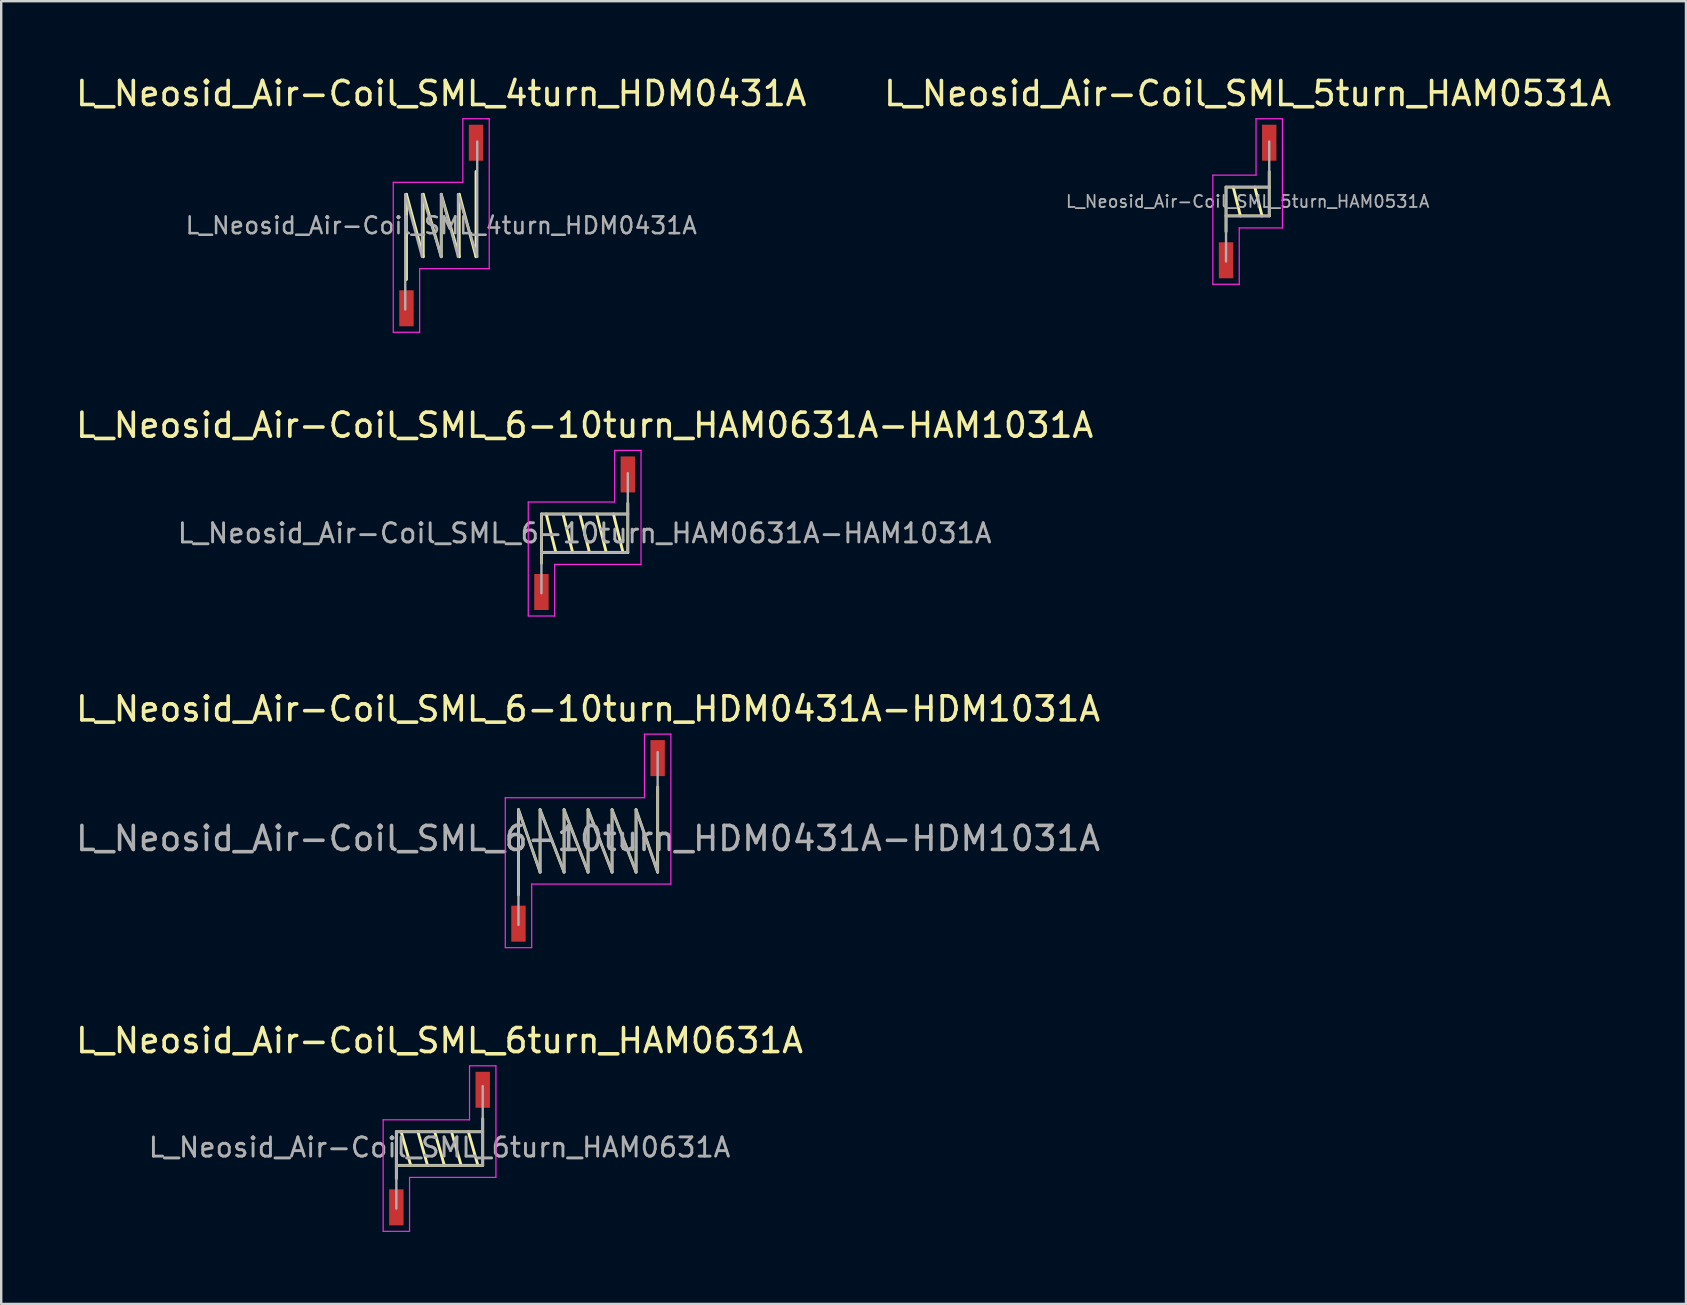
<source format=kicad_pcb>
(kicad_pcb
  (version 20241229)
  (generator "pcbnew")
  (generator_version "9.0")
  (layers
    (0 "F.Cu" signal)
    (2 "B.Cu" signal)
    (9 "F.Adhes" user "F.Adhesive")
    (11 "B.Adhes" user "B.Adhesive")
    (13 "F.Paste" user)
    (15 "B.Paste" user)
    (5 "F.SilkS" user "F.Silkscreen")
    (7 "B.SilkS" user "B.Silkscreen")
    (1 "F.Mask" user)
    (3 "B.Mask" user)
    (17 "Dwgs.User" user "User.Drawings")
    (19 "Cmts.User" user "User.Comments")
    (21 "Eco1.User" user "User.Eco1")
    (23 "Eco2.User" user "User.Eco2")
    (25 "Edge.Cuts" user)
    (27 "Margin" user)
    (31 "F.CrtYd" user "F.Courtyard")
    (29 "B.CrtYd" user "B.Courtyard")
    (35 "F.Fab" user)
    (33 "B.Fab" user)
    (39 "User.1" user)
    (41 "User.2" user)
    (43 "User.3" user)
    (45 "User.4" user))
  (footprint "L_Neosid_Air-Coil_SML_4turn_HDM0431A"
    (layer "F.Cu")
    (at 15.339 6.348)
    (property "Reference" "L_Neosid_Air-Coil_SML_4turn_HDM0431A" (at 0 -5.5 0) (layer "F.SilkS") (effects (font (size 1 1) (thickness 0.15))))
    (attr smd)
    (fp_line (start -1.45 -1.3) (end -1.45 2.25) (stroke (width 0.12) (type solid)) (layer "F.SilkS"))
    (fp_line (start -1.45 -1.3) (end -0.75 1.3) (stroke (width 0.12) (type solid)) (layer "F.SilkS"))
    (fp_line (start -0.75 -1.3) (end -0.75 1.3) (stroke (width 0.12) (type solid)) (layer "F.SilkS"))
    (fp_line (start -0.75 -1.3) (end 0 1.3) (stroke (width 0.12) (type solid)) (layer "F.SilkS"))
    (fp_line (start 0 -1.3) (end 0 1.3) (stroke (width 0.12) (type solid)) (layer "F.SilkS"))
    (fp_line (start 0 -1.3) (end 0.75 1.3) (stroke (width 0.12) (type solid)) (layer "F.SilkS"))
    (fp_line (start 0.75 -1.3) (end 0.75 1.3) (stroke (width 0.12) (type solid)) (layer "F.SilkS"))
    (fp_line (start 0.75 -1.3) (end 1.45 1.3) (stroke (width 0.12) (type solid)) (layer "F.SilkS"))
    (fp_line (start 1.45 1.3) (end 1.45 -2.25) (stroke (width 0.12) (type solid)) (layer "F.SilkS"))
    (fp_line (start -2 -1.8) (end -2 4.45) (stroke (width 0.05) (type solid)) (layer "F.CrtYd"))
    (fp_line (start -2 4.45) (end -0.9 4.45) (stroke (width 0.05) (type solid)) (layer "F.CrtYd"))
    (fp_line (start -0.9 1.8) (end 2 1.8) (stroke (width 0.05) (type solid)) (layer "F.CrtYd"))
    (fp_line (start -0.9 4.45) (end -0.9 1.8) (stroke (width 0.05) (type solid)) (layer "F.CrtYd"))
    (fp_line (start 0.9 -4.45) (end 0.9 -1.8) (stroke (width 0.05) (type solid)) (layer "F.CrtYd"))
    (fp_line (start 0.9 -1.8) (end -2 -1.8) (stroke (width 0.05) (type solid)) (layer "F.CrtYd"))
    (fp_line (start 2 -4.45) (end 0.9 -4.45) (stroke (width 0.05) (type solid)) (layer "F.CrtYd"))
    (fp_line (start 2 1.8) (end 2 -4.45) (stroke (width 0.05) (type solid)) (layer "F.CrtYd"))
    (fp_line (start -1.5 -1.3) (end -0.8 1.3) (stroke (width 0.1) (type solid)) (layer "F.Fab"))
    (fp_line (start -1.5 3.5) (end -1.5 -1.3) (stroke (width 0.1) (type solid)) (layer "F.Fab"))
    (fp_line (start -0.8 -1.3) (end 0 1.3) (stroke (width 0.1) (type solid)) (layer "F.Fab"))
    (fp_line (start -0.8 1.3) (end -0.8 -1.3) (stroke (width 0.1) (type solid)) (layer "F.Fab"))
    (fp_line (start 0 -1.3) (end 0.7 1.3) (stroke (width 0.1) (type solid)) (layer "F.Fab"))
    (fp_line (start 0 1.3) (end 0 -1.3) (stroke (width 0.1) (type solid)) (layer "F.Fab"))
    (fp_line (start 0.7 -1.3) (end 1.5 1.3) (stroke (width 0.1) (type solid)) (layer "F.Fab"))
    (fp_line (start 0.7 1.3) (end 0.7 -1.3) (stroke (width 0.1) (type solid)) (layer "F.Fab"))
    (fp_line (start 1.5 1.3) (end 1.5 -3.5) (stroke (width 0.1) (type solid)) (layer "F.Fab"))
    (fp_text user "${REFERENCE}" (at 0 0 0) (layer "F.Fab") (effects (font (size 0.7 0.7) (thickness 0.105))))
    (pad "1" smd rect (at -1.45 3.45) (size 0.6 1.5) (layers "F.Cu" "F.Mask" "F.Paste"))
    (pad "2" smd rect (at 1.45 -3.45) (size 0.6 1.5) (layers "F.Cu" "F.Mask" "F.Paste")))
  (footprint "L_Neosid_Air-Coil_SML_6-10turn_HDM0431A-HDM1031A"
    (layer "F.Cu")
    (at 21.458 31.995)
    (property "Reference" "L_Neosid_Air-Coil_SML_6-10turn_HDM0431A-HDM1031A" (at 0 -5.5 0) (layer "F.SilkS") (effects (font (size 1 1) (thickness 0.15))))
    (attr smd)
    (fp_line (start -2.9 -1.3) (end -2.9 2.25) (stroke (width 0.12) (type solid)) (layer "F.SilkS"))
    (fp_line (start -2.9 -1.3) (end -2 1.3) (stroke (width 0.12) (type solid)) (layer "F.SilkS"))
    (fp_line (start -2 -1.3) (end -2 1.3) (stroke (width 0.12) (type solid)) (layer "F.SilkS"))
    (fp_line (start -2 -1.3) (end -1 1.3) (stroke (width 0.12) (type solid)) (layer "F.SilkS"))
    (fp_line (start -1 -1.3) (end -1 1.3) (stroke (width 0.12) (type solid)) (layer "F.SilkS"))
    (fp_line (start -1 -1.3) (end 0 1.3) (stroke (width 0.12) (type solid)) (layer "F.SilkS"))
    (fp_line (start 0 -1.3) (end 0 1.3) (stroke (width 0.12) (type solid)) (layer "F.SilkS"))
    (fp_line (start 0 -1.3) (end 1 1.3) (stroke (width 0.12) (type solid)) (layer "F.SilkS"))
    (fp_line (start 1 -1.3) (end 1 1.3) (stroke (width 0.12) (type solid)) (layer "F.SilkS"))
    (fp_line (start 1 -1.3) (end 2 1.3) (stroke (width 0.12) (type solid)) (layer "F.SilkS"))
    (fp_line (start 2 -1.3) (end 2 1.3) (stroke (width 0.12) (type solid)) (layer "F.SilkS"))
    (fp_line (start 2 -1.3) (end 2.9 1.3) (stroke (width 0.12) (type solid)) (layer "F.SilkS"))
    (fp_line (start 2.9 1.3) (end 2.9 -2.25) (stroke (width 0.12) (type solid)) (layer "F.SilkS"))
    (fp_line (start -3.45 -1.8) (end -3.45 4.45) (stroke (width 0.05) (type solid)) (layer "F.CrtYd"))
    (fp_line (start -3.45 4.45) (end -2.35 4.45) (stroke (width 0.05) (type solid)) (layer "F.CrtYd"))
    (fp_line (start -2.35 1.8) (end 3.45 1.8) (stroke (width 0.05) (type solid)) (layer "F.CrtYd"))
    (fp_line (start -2.35 4.45) (end -2.35 1.8) (stroke (width 0.05) (type solid)) (layer "F.CrtYd"))
    (fp_line (start 2.35 -4.45) (end 2.35 -1.8) (stroke (width 0.05) (type solid)) (layer "F.CrtYd"))
    (fp_line (start 2.35 -1.8) (end -3.45 -1.8) (stroke (width 0.05) (type solid)) (layer "F.CrtYd"))
    (fp_line (start 3.45 -4.45) (end 2.35 -4.45) (stroke (width 0.05) (type solid)) (layer "F.CrtYd"))
    (fp_line (start 3.45 1.8) (end 3.45 -4.45) (stroke (width 0.05) (type solid)) (layer "F.CrtYd"))
    (fp_line (start -2.9 -1.3) (end -2 1.3) (stroke (width 0.1) (type solid)) (layer "F.Fab"))
    (fp_line (start -2.9 3.5) (end -2.9 -1.3) (stroke (width 0.1) (type solid)) (layer "F.Fab"))
    (fp_line (start -2 -1.3) (end -1 1.3) (stroke (width 0.1) (type solid)) (layer "F.Fab"))
    (fp_line (start -2 1.3) (end -2 -1.3) (stroke (width 0.1) (type solid)) (layer "F.Fab"))
    (fp_line (start -1 -1.3) (end 0 1.3) (stroke (width 0.1) (type solid)) (layer "F.Fab"))
    (fp_line (start -1 1.3) (end -1 -1.3) (stroke (width 0.1) (type solid)) (layer "F.Fab"))
    (fp_line (start 0 -1.3) (end 1 1.3) (stroke (width 0.1) (type solid)) (layer "F.Fab"))
    (fp_line (start 0 1.3) (end 0 -1.3) (stroke (width 0.1) (type solid)) (layer "F.Fab"))
    (fp_line (start 1 -1.3) (end 2 1.3) (stroke (width 0.1) (type solid)) (layer "F.Fab"))
    (fp_line (start 1 1.3) (end 1 -1.3) (stroke (width 0.1) (type solid)) (layer "F.Fab"))
    (fp_line (start 2 -1.3) (end 2.9 1.3) (stroke (width 0.1) (type solid)) (layer "F.Fab"))
    (fp_line (start 2 1.3) (end 2 -1.3) (stroke (width 0.1) (type solid)) (layer "F.Fab"))
    (fp_line (start 2.9 1.3) (end 2.9 -3.7) (stroke (width 0.1) (type solid)) (layer "F.Fab"))
    (fp_text user "${REFERENCE}" (at 0 -0.1 0) (layer "F.Fab") (effects (font (size 1 1) (thickness 0.15))))
    (pad "1" smd rect (at -2.9 3.45) (size 0.6 1.5) (layers "F.Cu" "F.Mask" "F.Paste"))
    (pad "2" smd rect (at 2.9 -3.45) (size 0.6 1.5) (layers "F.Cu" "F.Mask" "F.Paste")))
  (footprint "L_Neosid_Air-Coil_SML_6-10turn_HAM0631A-HAM1031A"
    (layer "F.Cu")
    (at 21.315 19.172)
    (property "Reference" "L_Neosid_Air-Coil_SML_6-10turn_HAM0631A-HAM1031A" (at 0 -4.5 0) (layer "F.SilkS") (effects (font (size 1 1) (thickness 0.15))))
    (attr smd)
    (fp_line (start -1.8 -0.8) (end -1.8 1.25) (stroke (width 0.12) (type solid)) (layer "F.SilkS"))
    (fp_line (start -1.8 -0.8) (end 1.8 -0.8) (stroke (width 0.12) (type solid)) (layer "F.SilkS"))
    (fp_line (start -1.6 -0.8) (end -1.2 0.8) (stroke (width 0.12) (type solid)) (layer "F.SilkS"))
    (fp_line (start -0.9 -0.8) (end -0.5 0.8) (stroke (width 0.12) (type solid)) (layer "F.SilkS"))
    (fp_line (start -0.2 -0.8) (end 0.2 0.8) (stroke (width 0.12) (type solid)) (layer "F.SilkS"))
    (fp_line (start 0.5 -0.8) (end 0.9 0.8) (stroke (width 0.12) (type solid)) (layer "F.SilkS"))
    (fp_line (start 1.2 -0.8) (end 1.6 0.8) (stroke (width 0.12) (type solid)) (layer "F.SilkS"))
    (fp_line (start 1.8 0.8) (end -1.8 0.8) (stroke (width 0.12) (type solid)) (layer "F.SilkS"))
    (fp_line (start 1.8 0.8) (end 1.8 -1.25) (stroke (width 0.12) (type solid)) (layer "F.SilkS"))
    (fp_line (start -2.35 -1.3) (end -2.35 3.45) (stroke (width 0.05) (type solid)) (layer "F.CrtYd"))
    (fp_line (start -2.35 3.45) (end -1.25 3.45) (stroke (width 0.05) (type solid)) (layer "F.CrtYd"))
    (fp_line (start -1.25 1.3) (end 2.35 1.3) (stroke (width 0.05) (type solid)) (layer "F.CrtYd"))
    (fp_line (start -1.25 3.45) (end -1.25 1.3) (stroke (width 0.05) (type solid)) (layer "F.CrtYd"))
    (fp_line (start 1.25 -3.45) (end 1.25 -1.3) (stroke (width 0.05) (type solid)) (layer "F.CrtYd"))
    (fp_line (start 1.25 -1.3) (end -2.35 -1.3) (stroke (width 0.05) (type solid)) (layer "F.CrtYd"))
    (fp_line (start 2.35 -3.45) (end 1.25 -3.45) (stroke (width 0.05) (type solid)) (layer "F.CrtYd"))
    (fp_line (start 2.35 1.3) (end 2.35 -3.45) (stroke (width 0.05) (type solid)) (layer "F.CrtYd"))
    (fp_line (start -1.8 -0.8) (end -1.8 2.5) (stroke (width 0.1) (type solid)) (layer "F.Fab"))
    (fp_line (start -1.8 -0.8) (end 1.8 -0.8) (stroke (width 0.1) (type solid)) (layer "F.Fab"))
    (fp_line (start 1.8 0.8) (end -1.8 0.8) (stroke (width 0.1) (type solid)) (layer "F.Fab"))
    (fp_line (start 1.8 0.8) (end 1.8 -2.5) (stroke (width 0.1) (type solid)) (layer "F.Fab"))
    (fp_text user "${REFERENCE}" (at 0 0 0) (layer "F.Fab") (effects (font (size 0.8 0.8) (thickness 0.12))))
    (pad "1" smd rect (at -1.8 2.45) (size 0.6 1.5) (layers "F.Cu" "F.Mask" "F.Paste"))
    (pad "2" smd rect (at 1.8 -2.45) (size 0.6 1.5) (layers "F.Cu" "F.Mask" "F.Paste")))
  (footprint "L_Neosid_Air-Coil_SML_5turn_HAM0531A"
    (layer "F.Cu")
    (at 48.946 5.348)
    (property "Reference" "L_Neosid_Air-Coil_SML_5turn_HAM0531A" (at 0 -4.5 0) (layer "F.SilkS") (effects (font (size 1 1) (thickness 0.15))))
    (attr smd)
    (fp_line (start -0.9 -0.6) (end 0.9 -0.6) (stroke (width 0.12) (type solid)) (layer "F.SilkS"))
    (fp_line (start -0.9 1.25) (end -0.9 -0.6) (stroke (width 0.12) (type solid)) (layer "F.SilkS"))
    (fp_line (start -0.6 -0.6) (end -0.3 0.6) (stroke (width 0.12) (type solid)) (layer "F.SilkS"))
    (fp_line (start 0.3 -0.6) (end 0.6 0.6) (stroke (width 0.12) (type solid)) (layer "F.SilkS"))
    (fp_line (start 0.9 0.6) (end -0.9 0.6) (stroke (width 0.12) (type solid)) (layer "F.SilkS"))
    (fp_line (start 0.9 0.6) (end 0.9 -1.25) (stroke (width 0.12) (type solid)) (layer "F.SilkS"))
    (fp_line (start -1.45 -1.1) (end -1.45 3.45) (stroke (width 0.05) (type solid)) (layer "F.CrtYd"))
    (fp_line (start -1.45 3.45) (end -0.35 3.45) (stroke (width 0.05) (type solid)) (layer "F.CrtYd"))
    (fp_line (start -0.35 1.1) (end 1.45 1.1) (stroke (width 0.05) (type solid)) (layer "F.CrtYd"))
    (fp_line (start -0.35 3.45) (end -0.35 1.1) (stroke (width 0.05) (type solid)) (layer "F.CrtYd"))
    (fp_line (start 0.35 -3.45) (end 0.35 -1.1) (stroke (width 0.05) (type solid)) (layer "F.CrtYd"))
    (fp_line (start 0.35 -1.1) (end -1.45 -1.1) (stroke (width 0.05) (type solid)) (layer "F.CrtYd"))
    (fp_line (start 1.45 -3.45) (end 0.35 -3.45) (stroke (width 0.05) (type solid)) (layer "F.CrtYd"))
    (fp_line (start 1.45 1.1) (end 1.45 -3.45) (stroke (width 0.05) (type solid)) (layer "F.CrtYd"))
    (fp_line (start -0.9 -0.6) (end 0.9 -0.6) (stroke (width 0.1) (type solid)) (layer "F.Fab"))
    (fp_line (start -0.9 2.5) (end -0.9 -0.6) (stroke (width 0.1) (type solid)) (layer "F.Fab"))
    (fp_line (start 0.9 -2.5) (end 0.9 0.6) (stroke (width 0.1) (type solid)) (layer "F.Fab"))
    (fp_line (start 0.9 0.6) (end -0.9 0.6) (stroke (width 0.1) (type solid)) (layer "F.Fab"))
    (fp_text user "${REFERENCE}" (at 0 0 0) (layer "F.Fab") (effects (font (size 0.5 0.5) (thickness 0.075))))
    (pad "1" smd rect (at -0.9 2.45) (size 0.6 1.5) (layers "F.Cu" "F.Mask" "F.Paste"))
    (pad "2" smd rect (at 0.9 -2.45) (size 0.6 1.5) (layers "F.Cu" "F.Mask" "F.Paste")))
  (footprint "L_Neosid_Air-Coil_SML_6turn_HAM0631A"
    (layer "F.Cu")
    (at 15.268 44.818)
    (property "Reference" "L_Neosid_Air-Coil_SML_6turn_HAM0631A" (at 0 -4.5 0) (layer "F.SilkS") (effects (font (size 1 1) (thickness 0.15))))
    (attr smd)
    (fp_line (start -1.8 -0.7) (end -1.8 1.25) (stroke (width 0.12) (type solid)) (layer "F.SilkS"))
    (fp_line (start -1.8 -0.7) (end 1.8 -0.7) (stroke (width 0.12) (type solid)) (layer "F.SilkS"))
    (fp_line (start -1.6 -0.7) (end -1.2 0.7) (stroke (width 0.12) (type solid)) (layer "F.SilkS"))
    (fp_line (start -0.9 -0.7) (end -0.5 0.7) (stroke (width 0.12) (type solid)) (layer "F.SilkS"))
    (fp_line (start -0.2 -0.7) (end 0.2 0.7) (stroke (width 0.12) (type solid)) (layer "F.SilkS"))
    (fp_line (start 0.5 -0.7) (end 0.9 0.7) (stroke (width 0.12) (type solid)) (layer "F.SilkS"))
    (fp_line (start 1.2 -0.7) (end 1.6 0.7) (stroke (width 0.12) (type solid)) (layer "F.SilkS"))
    (fp_line (start 1.8 0.7) (end -1.8 0.7) (stroke (width 0.12) (type solid)) (layer "F.SilkS"))
    (fp_line (start 1.8 0.7) (end 1.8 -1.25) (stroke (width 0.12) (type solid)) (layer "F.SilkS"))
    (fp_line (start -2.35 -1.2) (end -2.35 3.45) (stroke (width 0.05) (type solid)) (layer "F.CrtYd"))
    (fp_line (start -2.35 3.45) (end -1.25 3.45) (stroke (width 0.05) (type solid)) (layer "F.CrtYd"))
    (fp_line (start -1.25 1.2) (end 2.35 1.2) (stroke (width 0.05) (type solid)) (layer "F.CrtYd"))
    (fp_line (start -1.25 3.45) (end -1.25 1.2) (stroke (width 0.05) (type solid)) (layer "F.CrtYd"))
    (fp_line (start 1.25 -3.45) (end 1.25 -1.2) (stroke (width 0.05) (type solid)) (layer "F.CrtYd"))
    (fp_line (start 1.25 -1.2) (end -2.35 -1.2) (stroke (width 0.05) (type solid)) (layer "F.CrtYd"))
    (fp_line (start 2.35 -3.45) (end 1.25 -3.45) (stroke (width 0.05) (type solid)) (layer "F.CrtYd"))
    (fp_line (start 2.35 1.2) (end 2.35 -3.45) (stroke (width 0.05) (type solid)) (layer "F.CrtYd"))
    (fp_line (start -1.8 -0.7) (end 1.8 -0.7) (stroke (width 0.1) (type solid)) (layer "F.Fab"))
    (fp_line (start -1.8 0.7) (end 1.8 0.7) (stroke (width 0.1) (type solid)) (layer "F.Fab"))
    (fp_line (start -1.8 2.5) (end -1.8 -0.7) (stroke (width 0.1) (type solid)) (layer "F.Fab"))
    (fp_line (start 1.8 0.7) (end 1.8 -2.6) (stroke (width 0.1) (type solid)) (layer "F.Fab"))
    (fp_text user "${REFERENCE}" (at 0 -0.05 0) (layer "F.Fab") (effects (font (size 0.8 0.8) (thickness 0.12))))
    (pad "1" smd rect (at -1.8 2.45) (size 0.6 1.5) (layers "F.Cu" "F.Mask" "F.Paste"))
    (pad "2" smd rect (at 1.8 -2.45) (size 0.6 1.5) (layers "F.Cu" "F.Mask" "F.Paste")))
  (gr_rect
    (start -3 -3)
    (end 67.214 51.293)
    (stroke (width 0.1) (type default))
    (fill no)
    (layer "Edge.Cuts")))
</source>
